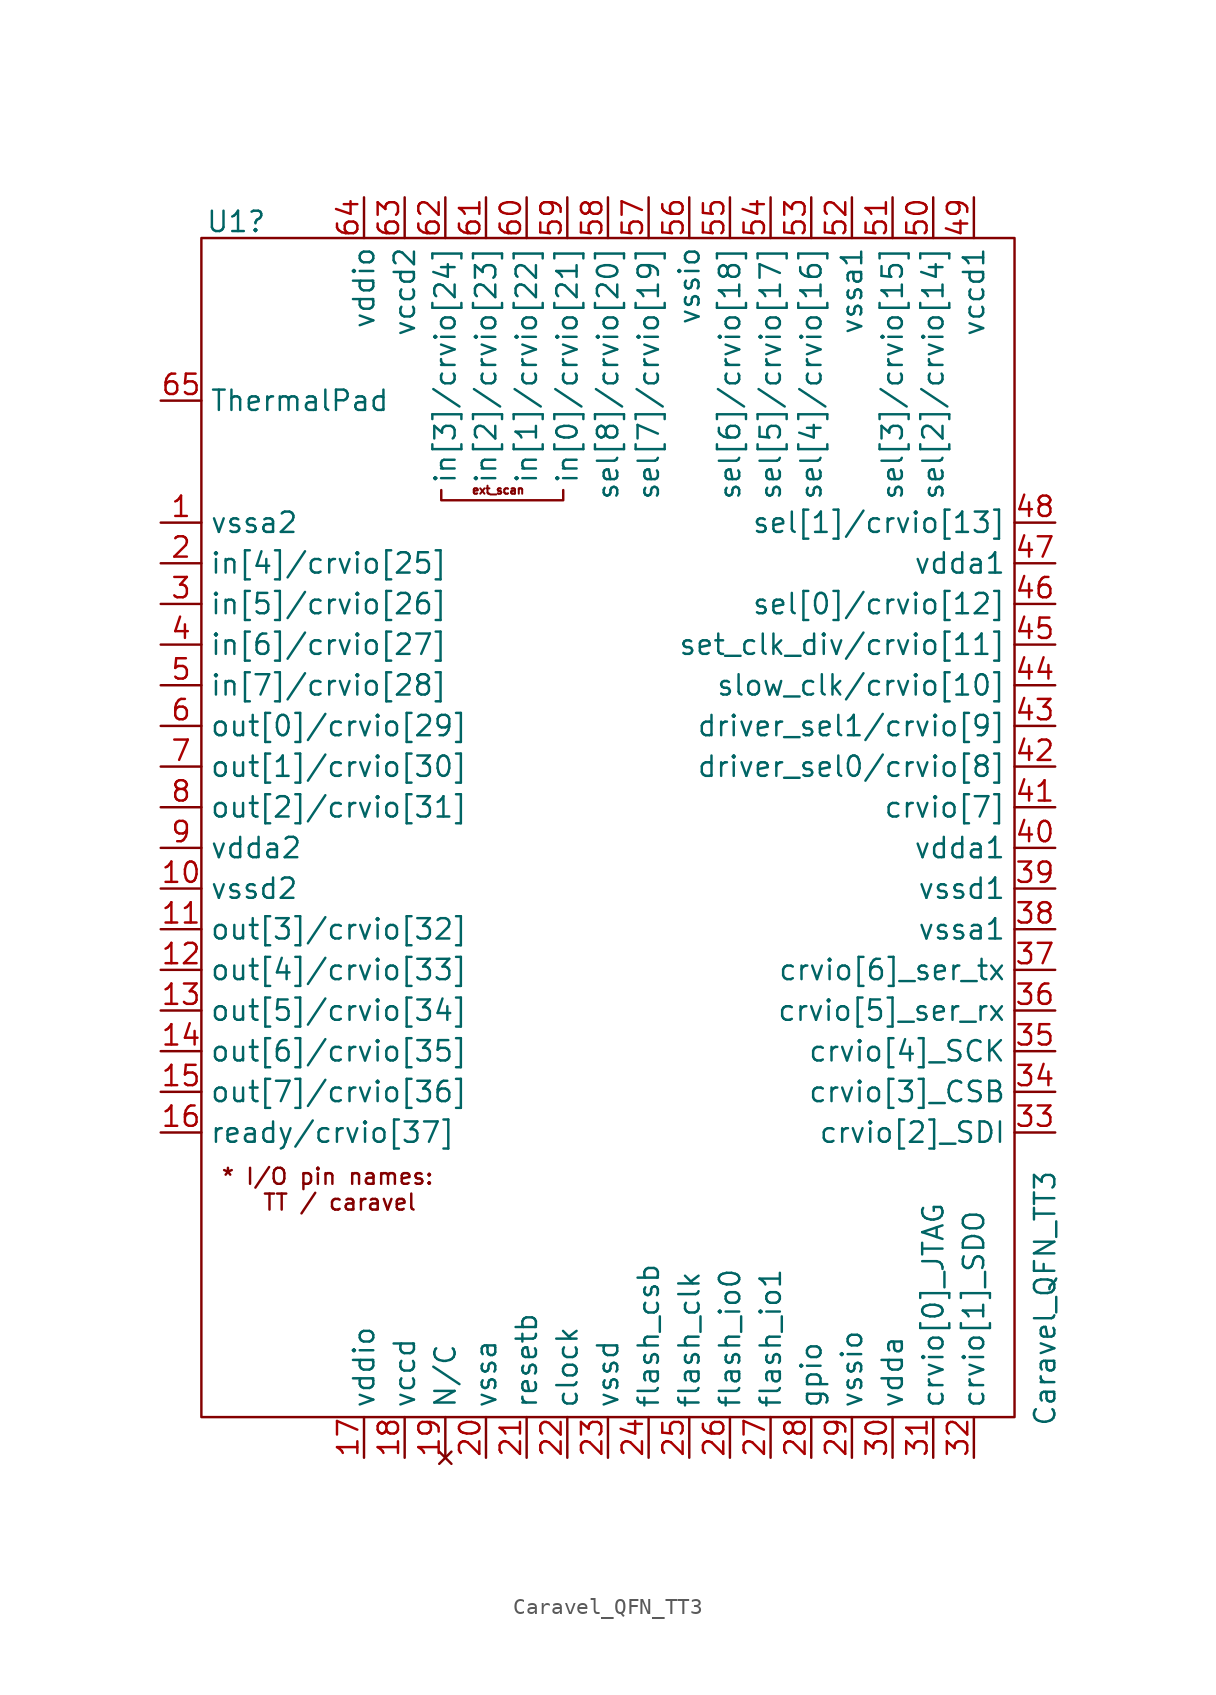
<source format=kicad_sym>
(kicad_symbol_lib
  (version 20220914)
  (generator kicad_symbol_editor)
  (symbol "Caravel_QFN_TT3"
    (property "Reference" "U1"
      (at -26.416 41.656 0)
      (effects (font (size 1.27 1.27)) (justify left)))
    (property "Value" "Caravel_QFN_TT3"
      (at 26.035 -33.655 90)
      (effects (font (size 1.27 1.27)) (justify left)))
    (symbol "Caravel_QFN_TT3_0_1"
      (rectangle (start -26.67 40.64) (end 24.13 -33.02) (stroke (width 0) (type default)) (fill (type none)))
      (polyline (pts (xy -4.064 24.892) (xy -4.064 24.257) (xy -11.684 24.257) (xy -11.684 24.892)) (stroke (width 0) (type default)) (fill (type none))))
    (symbol "Caravel_QFN_TT3_1_1"
      (text "* I/O pin names:\n  TT / caravel" (at -18.796 -18.796 0) (effects (font (size 1 1))))
      (text "ext_scan" (at -8.128 24.892 0) (effects (font (size 0.5 0.5))))
      (pin power_in line (at -29.21 22.86 0) (length 2.54) (name "vssa2" (effects (font (size 1.27 1.27)))) (number "1" (effects (font (size 1.27 1.27)))))
      (pin power_in line (at -29.21 0 0) (length 2.54) (name "vssd2" (effects (font (size 1.27 1.27)))) (number "10" (effects (font (size 1.27 1.27)))))
      (pin bidirectional line (at -29.21 -2.54 0) (length 2.54) (name "out[3]/crvio[32]" (effects (font (size 1.27 1.27)))) (number "11" (effects (font (size 1.27 1.27)))))
      (pin bidirectional line (at -29.21 -5.08 0) (length 2.54) (name "out[4]/crvio[33]" (effects (font (size 1.27 1.27)))) (number "12" (effects (font (size 1.27 1.27)))))
      (pin bidirectional line (at -29.21 -7.62 0) (length 2.54) (name "out[5]/crvio[34]" (effects (font (size 1.27 1.27)))) (number "13" (effects (font (size 1.27 1.27)))))
      (pin bidirectional line (at -29.21 -10.16 0) (length 2.54) (name "out[6]/crvio[35]" (effects (font (size 1.27 1.27)))) (number "14" (effects (font (size 1.27 1.27)))))
      (pin bidirectional line (at -29.21 -12.7 0) (length 2.54) (name "out[7]/crvio[36]" (effects (font (size 1.27 1.27)))) (number "15" (effects (font (size 1.27 1.27)))))
      (pin bidirectional line (at -29.21 -15.24 0) (length 2.54) (name "ready/crvio[37]" (effects (font (size 1.27 1.27)))) (number "16" (effects (font (size 1.27 1.27)))))
      (pin power_in line (at -16.51 -35.56 90) (length 2.54) (name "vddio" (effects (font (size 1.27 1.27)))) (number "17" (effects (font (size 1.27 1.27)))))
      (pin power_in line (at -13.97 -35.56 90) (length 2.54) (name "vccd" (effects (font (size 1.27 1.27)))) (number "18" (effects (font (size 1.27 1.27)))))
      (pin no_connect line (at -11.43 -35.56 90) (length 2.54) (name "N/C" (effects (font (size 1.27 1.27)))) (number "19" (effects (font (size 1.27 1.27)))))
      (pin bidirectional line (at -29.21 20.32 0) (length 2.54) (name "in[4]/crvio[25]" (effects (font (size 1.27 1.27)))) (number "2" (effects (font (size 1.27 1.27)))))
      (pin power_in line (at -8.89 -35.56 90) (length 2.54) (name "vssa" (effects (font (size 1.27 1.27)))) (number "20" (effects (font (size 1.27 1.27)))))
      (pin input line (at -6.35 -35.56 90) (length 2.54) (name "resetb" (effects (font (size 1.27 1.27)))) (number "21" (effects (font (size 1.27 1.27)))))
      (pin input line (at -3.81 -35.56 90) (length 2.54) (name "clock" (effects (font (size 1.27 1.27)))) (number "22" (effects (font (size 1.27 1.27)))))
      (pin power_in line (at -1.27 -35.56 90) (length 2.54) (name "vssd" (effects (font (size 1.27 1.27)))) (number "23" (effects (font (size 1.27 1.27)))))
      (pin output line (at 1.27 -35.56 90) (length 2.54) (name "flash_csb" (effects (font (size 1.27 1.27)))) (number "24" (effects (font (size 1.27 1.27)))))
      (pin output line (at 3.81 -35.56 90) (length 2.54) (name "flash_clk" (effects (font (size 1.27 1.27)))) (number "25" (effects (font (size 1.27 1.27)))))
      (pin bidirectional line (at 6.35 -35.56 90) (length 2.54) (name "flash_io0" (effects (font (size 1.27 1.27)))) (number "26" (effects (font (size 1.27 1.27)))))
      (pin bidirectional line (at 8.89 -35.56 90) (length 2.54) (name "flash_io1" (effects (font (size 1.27 1.27)))) (number "27" (effects (font (size 1.27 1.27)))))
      (pin bidirectional line (at 11.43 -35.56 90) (length 2.54) (name "gpio" (effects (font (size 1.27 1.27)))) (number "28" (effects (font (size 1.27 1.27)))))
      (pin power_in line (at 13.97 -35.56 90) (length 2.54) (name "vssio" (effects (font (size 1.27 1.27)))) (number "29" (effects (font (size 1.27 1.27)))))
      (pin bidirectional line (at -29.21 17.78 0) (length 2.54) (name "in[5]/crvio[26]" (effects (font (size 1.27 1.27)))) (number "3" (effects (font (size 1.27 1.27)))))
      (pin power_in line (at 16.51 -35.56 90) (length 2.54) (name "vdda" (effects (font (size 1.27 1.27)))) (number "30" (effects (font (size 1.27 1.27)))))
      (pin bidirectional line (at 19.05 -35.56 90) (length 2.54) (name "crvio[0]_JTAG" (effects (font (size 1.27 1.27)))) (number "31" (effects (font (size 1.27 1.27)))))
      (pin bidirectional line (at 21.59 -35.56 90) (length 2.54) (name "crvio[1]_SDO" (effects (font (size 1.27 1.27)))) (number "32" (effects (font (size 1.27 1.27)))))
      (pin bidirectional line (at 26.67 -15.24 180) (length 2.54) (name "crvio[2]_SDI" (effects (font (size 1.27 1.27)))) (number "33" (effects (font (size 1.27 1.27)))))
      (pin bidirectional line (at 26.67 -12.7 180) (length 2.54) (name "crvio[3]_CSB" (effects (font (size 1.27 1.27)))) (number "34" (effects (font (size 1.27 1.27)))))
      (pin bidirectional line (at 26.67 -10.16 180) (length 2.54) (name "crvio[4]_SCK" (effects (font (size 1.27 1.27)))) (number "35" (effects (font (size 1.27 1.27)))))
      (pin bidirectional line (at 26.67 -7.62 180) (length 2.54) (name "crvio[5]_ser_rx" (effects (font (size 1.27 1.27)))) (number "36" (effects (font (size 1.27 1.27)))))
      (pin bidirectional line (at 26.67 -5.08 180) (length 2.54) (name "crvio[6]_ser_tx" (effects (font (size 1.27 1.27)))) (number "37" (effects (font (size 1.27 1.27)))))
      (pin power_in line (at 26.67 -2.54 180) (length 2.54) (name "vssa1" (effects (font (size 1.27 1.27)))) (number "38" (effects (font (size 1.27 1.27)))))
      (pin power_in line (at 26.67 0 180) (length 2.54) (name "vssd1" (effects (font (size 1.27 1.27)))) (number "39" (effects (font (size 1.27 1.27)))))
      (pin bidirectional line (at -29.21 15.24 0) (length 2.54) (name "in[6]/crvio[27]" (effects (font (size 1.27 1.27)))) (number "4" (effects (font (size 1.27 1.27)))))
      (pin power_in line (at 26.67 2.54 180) (length 2.54) (name "vdda1" (effects (font (size 1.27 1.27)))) (number "40" (effects (font (size 1.27 1.27)))))
      (pin bidirectional line (at 26.67 5.08 180) (length 2.54) (name "crvio[7]" (effects (font (size 1.27 1.27)))) (number "41" (effects (font (size 1.27 1.27)))))
      (pin bidirectional line (at 26.67 7.62 180) (length 2.54) (name "driver_sel0/crvio[8]" (effects (font (size 1.27 1.27)))) (number "42" (effects (font (size 1.27 1.27)))))
      (pin bidirectional line (at 26.67 10.16 180) (length 2.54) (name "driver_sel1/crvio[9]" (effects (font (size 1.27 1.27)))) (number "43" (effects (font (size 1.27 1.27)))))
      (pin bidirectional line (at 26.67 12.7 180) (length 2.54) (name "slow_clk/crvio[10]" (effects (font (size 1.27 1.27)))) (number "44" (effects (font (size 1.27 1.27)))))
      (pin bidirectional line (at 26.67 15.24 180) (length 2.54) (name "set_clk_div/crvio[11]" (effects (font (size 1.27 1.27)))) (number "45" (effects (font (size 1.27 1.27)))))
      (pin bidirectional line (at 26.67 17.78 180) (length 2.54) (name "sel[0]/crvio[12]" (effects (font (size 1.27 1.27)))) (number "46" (effects (font (size 1.27 1.27)))))
      (pin power_in line (at 26.67 20.32 180) (length 2.54) (name "vdda1" (effects (font (size 1.27 1.27)))) (number "47" (effects (font (size 1.27 1.27)))))
      (pin bidirectional line (at 26.67 22.86 180) (length 2.54) (name "sel[1]/crvio[13]" (effects (font (size 1.27 1.27)))) (number "48" (effects (font (size 1.27 1.27)))))
      (pin power_in line (at 21.59 43.18 270) (length 2.54) (name "vccd1" (effects (font (size 1.27 1.27)))) (number "49" (effects (font (size 1.27 1.27)))))
      (pin bidirectional line (at -29.21 12.7 0) (length 2.54) (name "in[7]/crvio[28]" (effects (font (size 1.27 1.27)))) (number "5" (effects (font (size 1.27 1.27)))))
      (pin bidirectional line (at 19.05 43.18 270) (length 2.54) (name "sel[2]/crvio[14]" (effects (font (size 1.27 1.27)))) (number "50" (effects (font (size 1.27 1.27)))))
      (pin bidirectional line (at 16.51 43.18 270) (length 2.54) (name "sel[3]/crvio[15]" (effects (font (size 1.27 1.27)))) (number "51" (effects (font (size 1.27 1.27)))))
      (pin power_in line (at 13.97 43.18 270) (length 2.54) (name "vssa1" (effects (font (size 1.27 1.27)))) (number "52" (effects (font (size 1.27 1.27)))))
      (pin bidirectional line (at 11.43 43.18 270) (length 2.54) (name "sel[4]/crvio[16]" (effects (font (size 1.27 1.27)))) (number "53" (effects (font (size 1.27 1.27)))))
      (pin bidirectional line (at 8.89 43.18 270) (length 2.54) (name "sel[5]/crvio[17]" (effects (font (size 1.27 1.27)))) (number "54" (effects (font (size 1.27 1.27)))))
      (pin bidirectional line (at 6.35 43.18 270) (length 2.54) (name "sel[6]/crvio[18]" (effects (font (size 1.27 1.27)))) (number "55" (effects (font (size 1.27 1.27)))))
      (pin power_in line (at 3.81 43.18 270) (length 2.54) (name "vssio" (effects (font (size 1.27 1.27)))) (number "56" (effects (font (size 1.27 1.27)))))
      (pin bidirectional line (at 1.27 43.18 270) (length 2.54) (name "sel[7]/crvio[19]" (effects (font (size 1.27 1.27)))) (number "57" (effects (font (size 1.27 1.27)))))
      (pin bidirectional line (at -1.27 43.18 270) (length 2.54) (name "sel[8]/crvio[20]" (effects (font (size 1.27 1.27)))) (number "58" (effects (font (size 1.27 1.27)))))
      (pin bidirectional line (at -3.81 43.18 270) (length 2.54) (name "in[0]/crvio[21]" (effects (font (size 1.27 1.27)))) (number "59" (effects (font (size 1.27 1.27)))))
      (pin bidirectional line (at -29.21 10.16 0) (length 2.54) (name "out[0]/crvio[29]" (effects (font (size 1.27 1.27)))) (number "6" (effects (font (size 1.27 1.27)))))
      (pin bidirectional line (at -6.35 43.18 270) (length 2.54) (name "in[1]/crvio[22]" (effects (font (size 1.27 1.27)))) (number "60" (effects (font (size 1.27 1.27)))))
      (pin bidirectional line (at -8.89 43.18 270) (length 2.54) (name "in[2]/crvio[23]" (effects (font (size 1.27 1.27)))) (number "61" (effects (font (size 1.27 1.27)))))
      (pin bidirectional line (at -11.43 43.18 270) (length 2.54) (name "in[3]/crvio[24]" (effects (font (size 1.27 1.27)))) (number "62" (effects (font (size 1.27 1.27)))))
      (pin power_in line (at -13.97 43.18 270) (length 2.54) (name "vccd2" (effects (font (size 1.27 1.27)))) (number "63" (effects (font (size 1.27 1.27)))))
      (pin power_in line (at -16.51 43.18 270) (length 2.54) (name "vddio" (effects (font (size 1.27 1.27)))) (number "64" (effects (font (size 1.27 1.27)))))
      (pin power_in line (at -29.21 30.48 0) (length 2.54) (name "ThermalPad" (effects (font (size 1.27 1.27)))) (number "65" (effects (font (size 1.27 1.27)))))
      (pin bidirectional line (at -29.21 7.62 0) (length 2.54) (name "out[1]/crvio[30]" (effects (font (size 1.27 1.27)))) (number "7" (effects (font (size 1.27 1.27)))))
      (pin bidirectional line (at -29.21 5.08 0) (length 2.54) (name "out[2]/crvio[31]" (effects (font (size 1.27 1.27)))) (number "8" (effects (font (size 1.27 1.27)))))
      (pin power_in line (at -29.21 2.54 0) (length 2.54) (name "vdda2" (effects (font (size 1.27 1.27)))) (number "9" (effects (font (size 1.27 1.27))))))))
</source>
